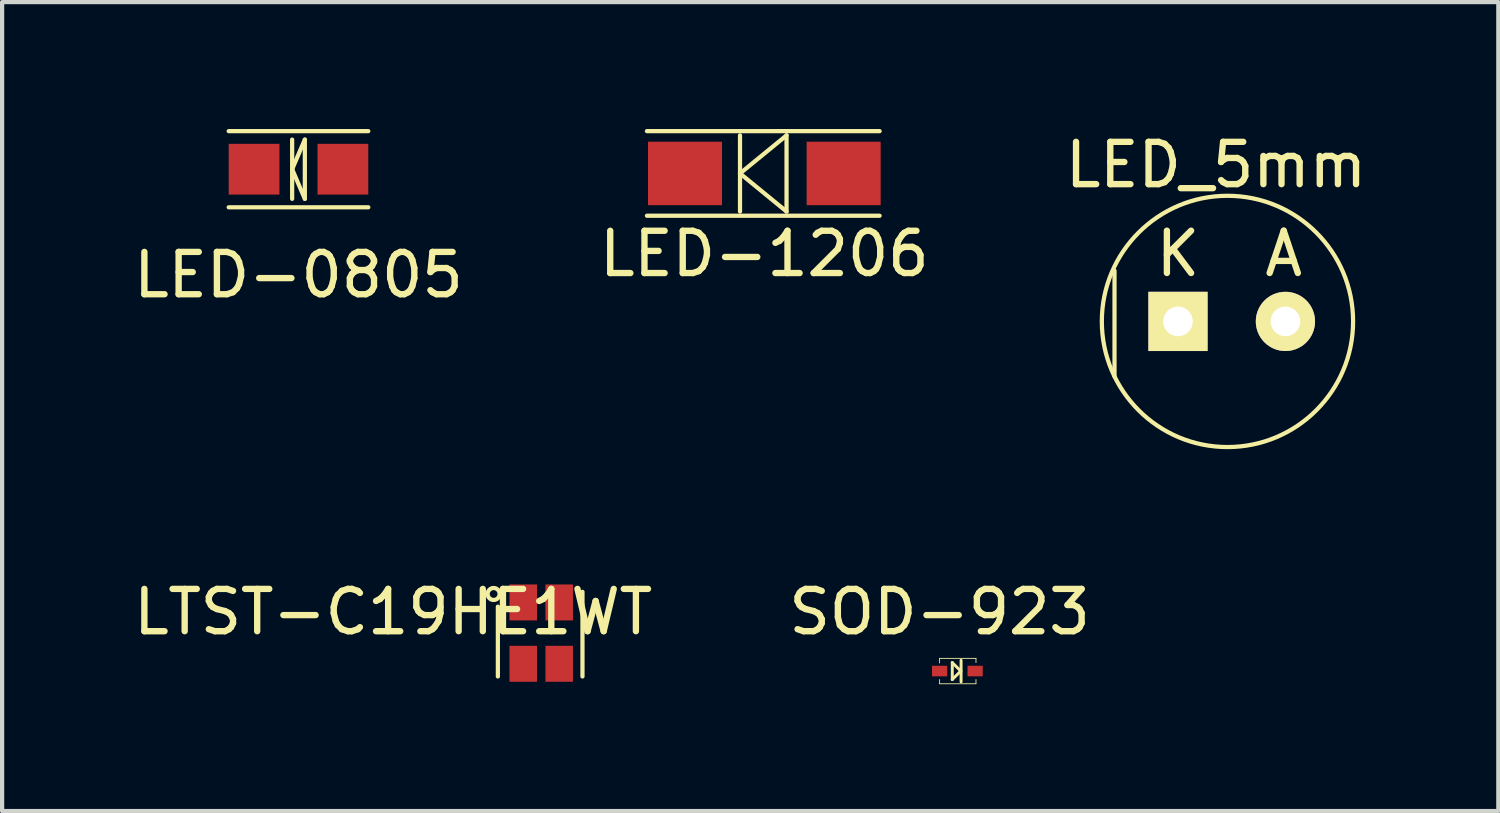
<source format=kicad_pcb>
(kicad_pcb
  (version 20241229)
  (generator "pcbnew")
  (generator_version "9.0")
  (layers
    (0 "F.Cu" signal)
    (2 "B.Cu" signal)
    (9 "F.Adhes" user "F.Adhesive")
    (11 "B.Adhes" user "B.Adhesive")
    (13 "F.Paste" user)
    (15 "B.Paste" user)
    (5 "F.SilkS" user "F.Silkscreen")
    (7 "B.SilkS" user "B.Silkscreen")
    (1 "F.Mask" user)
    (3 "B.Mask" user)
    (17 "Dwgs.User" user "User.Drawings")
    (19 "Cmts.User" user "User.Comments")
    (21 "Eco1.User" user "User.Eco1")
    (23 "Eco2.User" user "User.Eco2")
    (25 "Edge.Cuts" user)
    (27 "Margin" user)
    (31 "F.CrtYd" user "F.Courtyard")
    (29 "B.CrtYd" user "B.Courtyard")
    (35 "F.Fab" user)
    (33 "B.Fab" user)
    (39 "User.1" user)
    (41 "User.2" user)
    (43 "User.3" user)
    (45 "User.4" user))
  (footprint "LTST-C19HE1WT"
    (layer "F.Cu")
    (at 9.744 11.916)
    (property "Reference" "LTST-C19HE1WT" (at -3.5 -0.5 0) (layer "F.SilkS") (effects (font (size 1 1) (thickness 0.15))))
    (attr through_hole)
    (fp_line (start -1.025 1.025) (end -1.025 -0.625) (stroke (width 0.1) (type solid)) (layer "F.SilkS"))
    (fp_line (start 0.975 -0.975) (end 0.975 1.025) (stroke (width 0.1) (type solid)) (layer "F.SilkS"))
    (fp_circle (center -1.125 -0.925) (end -1.025 -0.825) (stroke (width 0.1) (type solid)) (fill no) (layer "F.SilkS"))
    (pad "1" smd rect (at -0.425 -0.725) (size 0.65 0.85) (layers "F.Cu" "F.Mask" "F.Paste"))
    (pad "2" smd rect (at 0.425 -0.725) (size 0.65 0.85) (layers "F.Cu" "F.Mask" "F.Paste"))
    (pad "3" smd rect (at 0.425 0.725) (size 0.65 0.85) (layers "F.Cu" "F.Mask" "F.Paste"))
    (pad "4" smd rect (at -0.425 0.725) (size 0.65 0.85) (layers "F.Cu" "F.Mask" "F.Paste")))
  (footprint "LED-1206"
    (layer "F.Cu")
    (at 15.018 1.05)
    (property "Reference" "LED-1206" (at 0 1.9 0) (layer "F.SilkS") (effects (font (size 1 1) (thickness 0.15))))
    (attr through_hole)
    (fp_line (start -2.775 1) (end 2.725 1) (stroke (width 0.1) (type solid)) (layer "F.SilkS"))
    (fp_line (start -0.575 -0.9) (end -0.575 0.9) (stroke (width 0.1) (type solid)) (layer "F.SilkS"))
    (fp_line (start -0.575 0) (end 0.525 -0.9) (stroke (width 0.1) (type solid)) (layer "F.SilkS"))
    (fp_line (start 0.525 -0.9) (end 0.525 0.9) (stroke (width 0.1) (type solid)) (layer "F.SilkS"))
    (fp_line (start 0.525 0.9) (end -0.575 0) (stroke (width 0.1) (type solid)) (layer "F.SilkS"))
    (fp_line (start 2.725 -1) (end -2.775 -1) (stroke (width 0.1) (type solid)) (layer "F.SilkS"))
    (pad "1" smd rect (at -1.875 0) (size 1.75 1.5) (layers "F.Cu" "F.Mask" "F.Paste"))
    (pad "2" smd rect (at 1.875 0) (size 1.75 1.5) (layers "F.Cu" "F.Mask" "F.Paste")))
  (footprint "LED_5mm"
    (layer "F.Cu")
    (at 26.066 4.548)
    (property "Reference" "LED_5mm" (at -0.37 -3.7 0) (layer "F.SilkS") (effects (font (size 1 1) (thickness 0.15))))
    (attr through_hole)
    (fp_line (start -2.77 -1.2) (end -2.77 1.3) (stroke (width 0.1) (type solid)) (layer "F.SilkS"))
    (fp_circle (center -0.1 0) (end 2 2.1) (stroke (width 0.1) (type solid)) (fill no) (layer "F.SilkS"))
    (fp_text user "K" (at -1.27 -1.6 0) (layer "F.SilkS") (effects (font (size 1 1) (thickness 0.15))))
    (fp_text user "A" (at 1.23 -1.6 0) (layer "F.SilkS") (effects (font (size 1 1) (thickness 0.15))))
    (pad "1" thru_hole rect (at -1.27 0) (size 1.4 1.4) (drill 0.7) (layers "*.Cu" "*.Mask" "F.SilkS"))
    (pad "2" thru_hole circle (at 1.27 0) (size 1.4 1.4) (drill 0.7) (layers "*.Cu" "*.Mask" "F.SilkS")))
  (footprint "LED-0805"
    (layer "F.Cu")
    (at 4.006 0.95)
    (property "Reference" "LED-0805" (at 0 2.5 0) (layer "F.SilkS") (effects (font (size 1 1) (thickness 0.15))))
    (attr through_hole)
    (fp_line (start -1.65 -0.9) (end 1.65 -0.9) (stroke (width 0.1) (type solid)) (layer "F.SilkS"))
    (fp_line (start -0.15 -0.7) (end -0.15 0.7) (stroke (width 0.1) (type solid)) (layer "F.SilkS"))
    (fp_line (start -0.15 0) (end 0.15 0.7) (stroke (width 0.1) (type solid)) (layer "F.SilkS"))
    (fp_line (start 0.15 -0.7) (end -0.15 0) (stroke (width 0.1) (type solid)) (layer "F.SilkS"))
    (fp_line (start 0.15 0.7) (end 0.15 -0.7) (stroke (width 0.1) (type solid)) (layer "F.SilkS"))
    (fp_line (start 1.65 0.9) (end -1.65 0.9) (stroke (width 0.1) (type solid)) (layer "F.SilkS"))
    (pad "1" smd rect (at -1.05 0) (size 1.2 1.2) (layers "F.Cu" "F.Mask" "F.Paste"))
    (pad "2" smd rect (at 1.05 0) (size 1.2 1.2) (layers "F.Cu" "F.Mask" "F.Paste")))
  (footprint "SOD-923"
    (layer "F.Cu")
    (at 19.161 12.813)
    (property "Reference" "SOD-923" (at 0 -1.397 0) (layer "F.SilkS") (effects (font (size 1 1) (thickness 0.15))))
    (attr through_hole)
    (fp_line (start 0 -0.3) (end 0.86 -0.3) (stroke (width 0.02) (type solid)) (layer "F.SilkS"))
    (fp_line (start 0 -0.19) (end 0 -0.3) (stroke (width 0.02) (type solid)) (layer "F.SilkS"))
    (fp_line (start 0 0.2) (end 0 0.3) (stroke (width 0.02) (type solid)) (layer "F.SilkS"))
    (fp_line (start 0 0.3) (end 0.86 0.3) (stroke (width 0.02) (type solid)) (layer "F.SilkS"))
    (fp_line (start 0.3 -0.2) (end 0.3 0.2) (stroke (width 0.07) (type solid)) (layer "F.SilkS"))
    (fp_line (start 0.3 0.2) (end 0.5 0) (stroke (width 0.07) (type solid)) (layer "F.SilkS"))
    (fp_line (start 0.5 0) (end 0.3 -0.2) (stroke (width 0.07) (type solid)) (layer "F.SilkS"))
    (fp_line (start 0.508 -0.254) (end 0.508 0.254) (stroke (width 0.07) (type solid)) (layer "F.SilkS"))
    (fp_line (start 0.86 -0.3) (end 0.86 -0.2) (stroke (width 0.02) (type solid)) (layer "F.SilkS"))
    (fp_line (start 0.86 0.3) (end 0.86 0.2) (stroke (width 0.02) (type solid)) (layer "F.SilkS"))
    (pad "1" smd rect (at 0 0) (size 0.36 0.25) (layers "F.Cu" "F.Mask" "F.Paste"))
    (pad "2" smd rect (at 0.84 0) (size 0.36 0.25) (layers "F.Cu" "F.Mask" "F.Paste")))
  (gr_rect
    (start -3 -3)
    (end 32.369 16.123)
    (stroke (width 0.1) (type default))
    (fill no)
    (layer "Edge.Cuts")))
</source>
